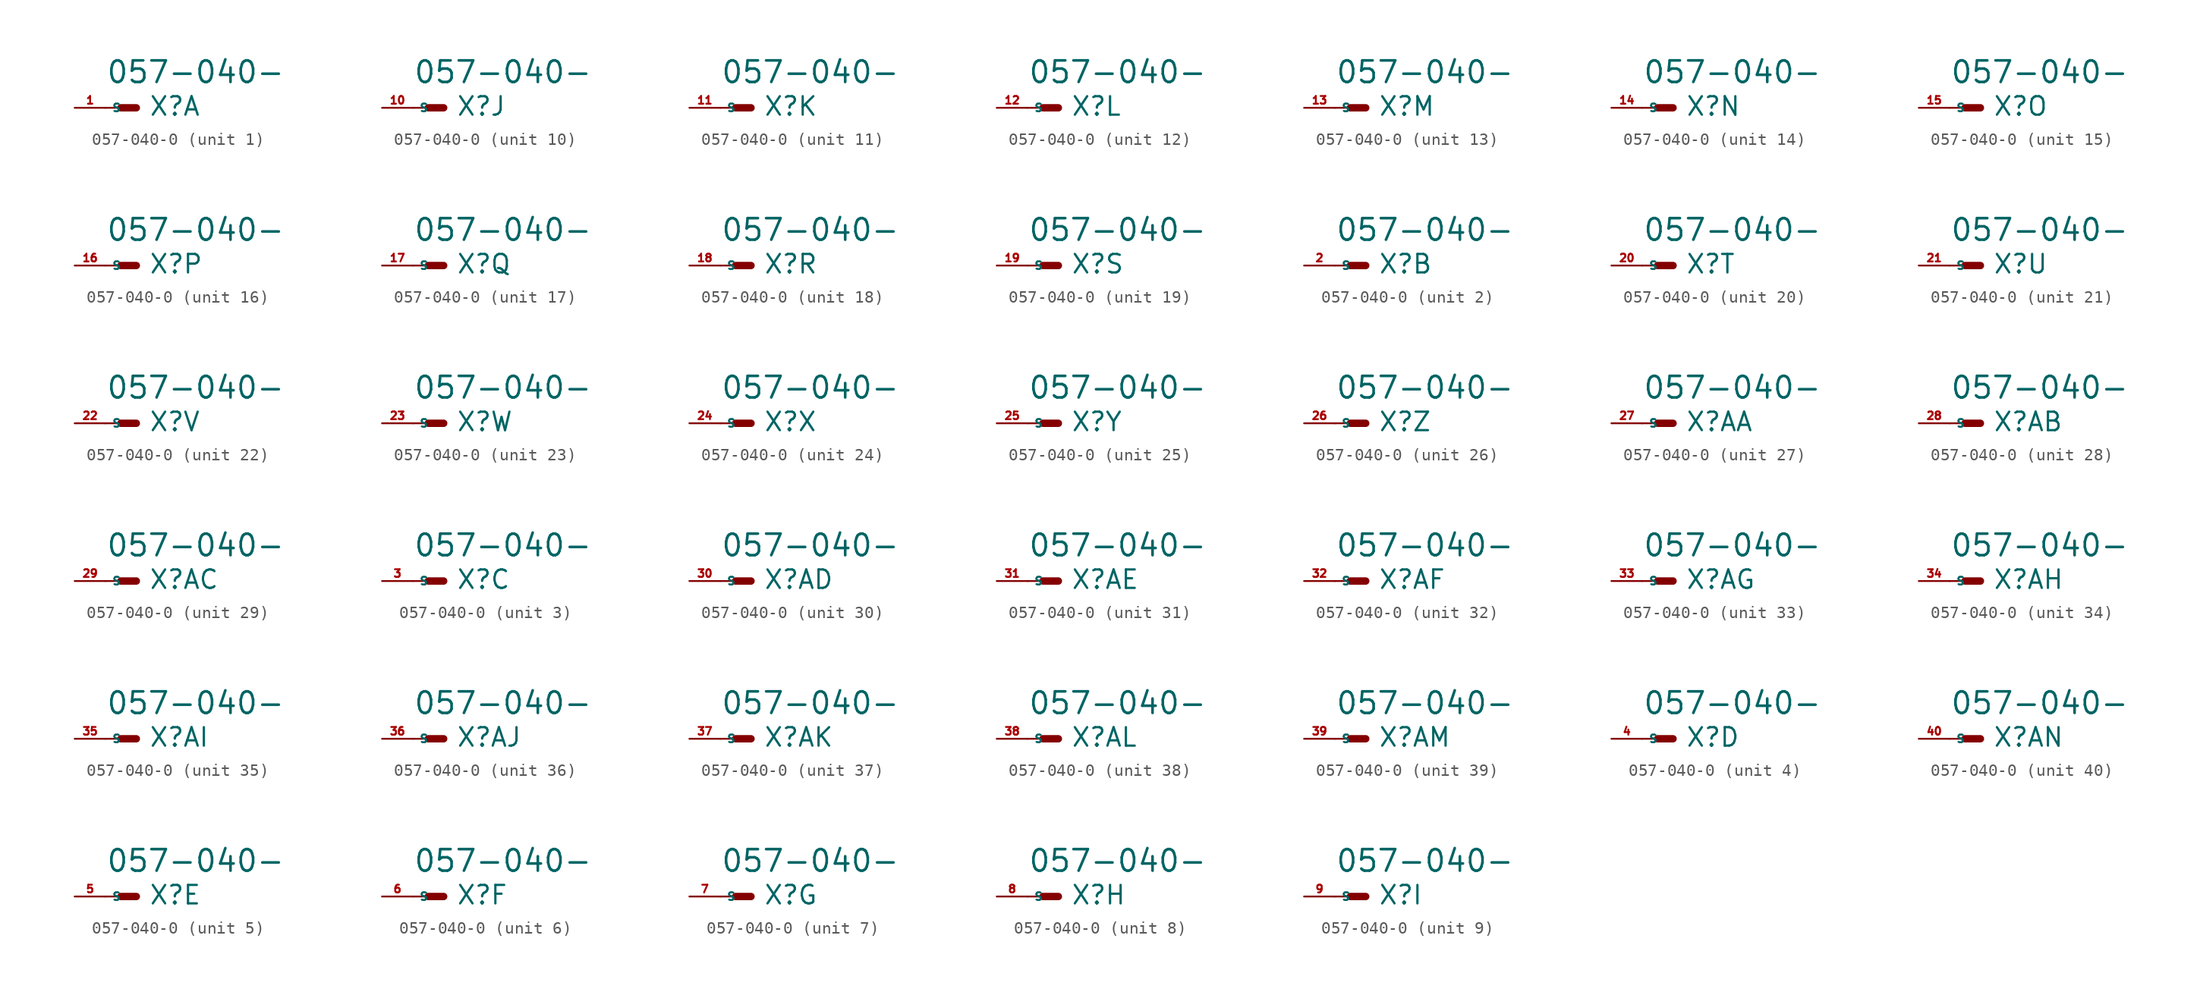
<source format=kicad_sym>
(kicad_symbol_lib
  (version 20220914)
  (generator Eagle2Kicad)
  (symbol "057-040-0"
    (property "Reference" "X"
      (at 1.016 -0.762 0)
      (effects (font (size 1.524 1.524) (thickness 0.19)) (justify left bottom)))
    (property "Value" "057-040-"
      (at -2.54 1.905 0)
      (effects (font (size 1.778 1.778) (thickness 0.22)) (justify left bottom)))
    (symbol "057-040-0_1_0"
      (polyline (pts (xy 0 0) (xy -1.27 0)) (stroke (width 0.61) (type default)) (fill (type none)))
      (polyline (pts (xy -2.54 0) (xy -1.27 0)) (stroke (width 0.152) (type default)) (fill (type none)))
      (pin passive line (at -5.08 0 0) (length 2.54) (name "S" (effects (font (size 0.635 0.635) (thickness 0.08)) (justify left bottom))) (number "1" (effects (font (size 0.635 0.635) (thickness 0.08)) (justify left bottom)))))
    (symbol "057-040-0_2_0"
      (polyline (pts (xy 0 0) (xy -1.27 0)) (stroke (width 0.61) (type default)) (fill (type none)))
      (polyline (pts (xy -2.54 0) (xy -1.27 0)) (stroke (width 0.152) (type default)) (fill (type none)))
      (pin passive line (at -5.08 0 0) (length 2.54) (name "S" (effects (font (size 0.635 0.635) (thickness 0.08)) (justify left bottom))) (number "2" (effects (font (size 0.635 0.635) (thickness 0.08)) (justify left bottom)))))
    (symbol "057-040-0_3_0"
      (polyline (pts (xy 0 0) (xy -1.27 0)) (stroke (width 0.61) (type default)) (fill (type none)))
      (polyline (pts (xy -2.54 0) (xy -1.27 0)) (stroke (width 0.152) (type default)) (fill (type none)))
      (pin passive line (at -5.08 0 0) (length 2.54) (name "S" (effects (font (size 0.635 0.635) (thickness 0.08)) (justify left bottom))) (number "3" (effects (font (size 0.635 0.635) (thickness 0.08)) (justify left bottom)))))
    (symbol "057-040-0_4_0"
      (polyline (pts (xy 0 0) (xy -1.27 0)) (stroke (width 0.61) (type default)) (fill (type none)))
      (polyline (pts (xy -2.54 0) (xy -1.27 0)) (stroke (width 0.152) (type default)) (fill (type none)))
      (pin passive line (at -5.08 0 0) (length 2.54) (name "S" (effects (font (size 0.635 0.635) (thickness 0.08)) (justify left bottom))) (number "4" (effects (font (size 0.635 0.635) (thickness 0.08)) (justify left bottom)))))
    (symbol "057-040-0_5_0"
      (polyline (pts (xy 0 0) (xy -1.27 0)) (stroke (width 0.61) (type default)) (fill (type none)))
      (polyline (pts (xy -2.54 0) (xy -1.27 0)) (stroke (width 0.152) (type default)) (fill (type none)))
      (pin passive line (at -5.08 0 0) (length 2.54) (name "S" (effects (font (size 0.635 0.635) (thickness 0.08)) (justify left bottom))) (number "5" (effects (font (size 0.635 0.635) (thickness 0.08)) (justify left bottom)))))
    (symbol "057-040-0_6_0"
      (polyline (pts (xy 0 0) (xy -1.27 0)) (stroke (width 0.61) (type default)) (fill (type none)))
      (polyline (pts (xy -2.54 0) (xy -1.27 0)) (stroke (width 0.152) (type default)) (fill (type none)))
      (pin passive line (at -5.08 0 0) (length 2.54) (name "S" (effects (font (size 0.635 0.635) (thickness 0.08)) (justify left bottom))) (number "6" (effects (font (size 0.635 0.635) (thickness 0.08)) (justify left bottom)))))
    (symbol "057-040-0_7_0"
      (polyline (pts (xy 0 0) (xy -1.27 0)) (stroke (width 0.61) (type default)) (fill (type none)))
      (polyline (pts (xy -2.54 0) (xy -1.27 0)) (stroke (width 0.152) (type default)) (fill (type none)))
      (pin passive line (at -5.08 0 0) (length 2.54) (name "S" (effects (font (size 0.635 0.635) (thickness 0.08)) (justify left bottom))) (number "7" (effects (font (size 0.635 0.635) (thickness 0.08)) (justify left bottom)))))
    (symbol "057-040-0_8_0"
      (polyline (pts (xy 0 0) (xy -1.27 0)) (stroke (width 0.61) (type default)) (fill (type none)))
      (polyline (pts (xy -2.54 0) (xy -1.27 0)) (stroke (width 0.152) (type default)) (fill (type none)))
      (pin passive line (at -5.08 0 0) (length 2.54) (name "S" (effects (font (size 0.635 0.635) (thickness 0.08)) (justify left bottom))) (number "8" (effects (font (size 0.635 0.635) (thickness 0.08)) (justify left bottom)))))
    (symbol "057-040-0_9_0"
      (polyline (pts (xy 0 0) (xy -1.27 0)) (stroke (width 0.61) (type default)) (fill (type none)))
      (polyline (pts (xy -2.54 0) (xy -1.27 0)) (stroke (width 0.152) (type default)) (fill (type none)))
      (pin passive line (at -5.08 0 0) (length 2.54) (name "S" (effects (font (size 0.635 0.635) (thickness 0.08)) (justify left bottom))) (number "9" (effects (font (size 0.635 0.635) (thickness 0.08)) (justify left bottom)))))
    (symbol "057-040-0_10_0"
      (polyline (pts (xy 0 0) (xy -1.27 0)) (stroke (width 0.61) (type default)) (fill (type none)))
      (polyline (pts (xy -2.54 0) (xy -1.27 0)) (stroke (width 0.152) (type default)) (fill (type none)))
      (pin passive line (at -5.08 0 0) (length 2.54) (name "S" (effects (font (size 0.635 0.635) (thickness 0.08)) (justify left bottom))) (number "10" (effects (font (size 0.635 0.635) (thickness 0.08)) (justify left bottom)))))
    (symbol "057-040-0_11_0"
      (polyline (pts (xy 0 0) (xy -1.27 0)) (stroke (width 0.61) (type default)) (fill (type none)))
      (polyline (pts (xy -2.54 0) (xy -1.27 0)) (stroke (width 0.152) (type default)) (fill (type none)))
      (pin passive line (at -5.08 0 0) (length 2.54) (name "S" (effects (font (size 0.635 0.635) (thickness 0.08)) (justify left bottom))) (number "11" (effects (font (size 0.635 0.635) (thickness 0.08)) (justify left bottom)))))
    (symbol "057-040-0_12_0"
      (polyline (pts (xy 0 0) (xy -1.27 0)) (stroke (width 0.61) (type default)) (fill (type none)))
      (polyline (pts (xy -2.54 0) (xy -1.27 0)) (stroke (width 0.152) (type default)) (fill (type none)))
      (pin passive line (at -5.08 0 0) (length 2.54) (name "S" (effects (font (size 0.635 0.635) (thickness 0.08)) (justify left bottom))) (number "12" (effects (font (size 0.635 0.635) (thickness 0.08)) (justify left bottom)))))
    (symbol "057-040-0_13_0"
      (polyline (pts (xy 0 0) (xy -1.27 0)) (stroke (width 0.61) (type default)) (fill (type none)))
      (polyline (pts (xy -2.54 0) (xy -1.27 0)) (stroke (width 0.152) (type default)) (fill (type none)))
      (pin passive line (at -5.08 0 0) (length 2.54) (name "S" (effects (font (size 0.635 0.635) (thickness 0.08)) (justify left bottom))) (number "13" (effects (font (size 0.635 0.635) (thickness 0.08)) (justify left bottom)))))
    (symbol "057-040-0_14_0"
      (polyline (pts (xy 0 0) (xy -1.27 0)) (stroke (width 0.61) (type default)) (fill (type none)))
      (polyline (pts (xy -2.54 0) (xy -1.27 0)) (stroke (width 0.152) (type default)) (fill (type none)))
      (pin passive line (at -5.08 0 0) (length 2.54) (name "S" (effects (font (size 0.635 0.635) (thickness 0.08)) (justify left bottom))) (number "14" (effects (font (size 0.635 0.635) (thickness 0.08)) (justify left bottom)))))
    (symbol "057-040-0_15_0"
      (polyline (pts (xy 0 0) (xy -1.27 0)) (stroke (width 0.61) (type default)) (fill (type none)))
      (polyline (pts (xy -2.54 0) (xy -1.27 0)) (stroke (width 0.152) (type default)) (fill (type none)))
      (pin passive line (at -5.08 0 0) (length 2.54) (name "S" (effects (font (size 0.635 0.635) (thickness 0.08)) (justify left bottom))) (number "15" (effects (font (size 0.635 0.635) (thickness 0.08)) (justify left bottom)))))
    (symbol "057-040-0_16_0"
      (polyline (pts (xy 0 0) (xy -1.27 0)) (stroke (width 0.61) (type default)) (fill (type none)))
      (polyline (pts (xy -2.54 0) (xy -1.27 0)) (stroke (width 0.152) (type default)) (fill (type none)))
      (pin passive line (at -5.08 0 0) (length 2.54) (name "S" (effects (font (size 0.635 0.635) (thickness 0.08)) (justify left bottom))) (number "16" (effects (font (size 0.635 0.635) (thickness 0.08)) (justify left bottom)))))
    (symbol "057-040-0_17_0"
      (polyline (pts (xy 0 0) (xy -1.27 0)) (stroke (width 0.61) (type default)) (fill (type none)))
      (polyline (pts (xy -2.54 0) (xy -1.27 0)) (stroke (width 0.152) (type default)) (fill (type none)))
      (pin passive line (at -5.08 0 0) (length 2.54) (name "S" (effects (font (size 0.635 0.635) (thickness 0.08)) (justify left bottom))) (number "17" (effects (font (size 0.635 0.635) (thickness 0.08)) (justify left bottom)))))
    (symbol "057-040-0_18_0"
      (polyline (pts (xy 0 0) (xy -1.27 0)) (stroke (width 0.61) (type default)) (fill (type none)))
      (polyline (pts (xy -2.54 0) (xy -1.27 0)) (stroke (width 0.152) (type default)) (fill (type none)))
      (pin passive line (at -5.08 0 0) (length 2.54) (name "S" (effects (font (size 0.635 0.635) (thickness 0.08)) (justify left bottom))) (number "18" (effects (font (size 0.635 0.635) (thickness 0.08)) (justify left bottom)))))
    (symbol "057-040-0_19_0"
      (polyline (pts (xy 0 0) (xy -1.27 0)) (stroke (width 0.61) (type default)) (fill (type none)))
      (polyline (pts (xy -2.54 0) (xy -1.27 0)) (stroke (width 0.152) (type default)) (fill (type none)))
      (pin passive line (at -5.08 0 0) (length 2.54) (name "S" (effects (font (size 0.635 0.635) (thickness 0.08)) (justify left bottom))) (number "19" (effects (font (size 0.635 0.635) (thickness 0.08)) (justify left bottom)))))
    (symbol "057-040-0_20_0"
      (polyline (pts (xy 0 0) (xy -1.27 0)) (stroke (width 0.61) (type default)) (fill (type none)))
      (polyline (pts (xy -2.54 0) (xy -1.27 0)) (stroke (width 0.152) (type default)) (fill (type none)))
      (pin passive line (at -5.08 0 0) (length 2.54) (name "S" (effects (font (size 0.635 0.635) (thickness 0.08)) (justify left bottom))) (number "20" (effects (font (size 0.635 0.635) (thickness 0.08)) (justify left bottom)))))
    (symbol "057-040-0_21_0"
      (polyline (pts (xy 0 0) (xy -1.27 0)) (stroke (width 0.61) (type default)) (fill (type none)))
      (polyline (pts (xy -2.54 0) (xy -1.27 0)) (stroke (width 0.152) (type default)) (fill (type none)))
      (pin passive line (at -5.08 0 0) (length 2.54) (name "S" (effects (font (size 0.635 0.635) (thickness 0.08)) (justify left bottom))) (number "21" (effects (font (size 0.635 0.635) (thickness 0.08)) (justify left bottom)))))
    (symbol "057-040-0_22_0"
      (polyline (pts (xy 0 0) (xy -1.27 0)) (stroke (width 0.61) (type default)) (fill (type none)))
      (polyline (pts (xy -2.54 0) (xy -1.27 0)) (stroke (width 0.152) (type default)) (fill (type none)))
      (pin passive line (at -5.08 0 0) (length 2.54) (name "S" (effects (font (size 0.635 0.635) (thickness 0.08)) (justify left bottom))) (number "22" (effects (font (size 0.635 0.635) (thickness 0.08)) (justify left bottom)))))
    (symbol "057-040-0_23_0"
      (polyline (pts (xy 0 0) (xy -1.27 0)) (stroke (width 0.61) (type default)) (fill (type none)))
      (polyline (pts (xy -2.54 0) (xy -1.27 0)) (stroke (width 0.152) (type default)) (fill (type none)))
      (pin passive line (at -5.08 0 0) (length 2.54) (name "S" (effects (font (size 0.635 0.635) (thickness 0.08)) (justify left bottom))) (number "23" (effects (font (size 0.635 0.635) (thickness 0.08)) (justify left bottom)))))
    (symbol "057-040-0_24_0"
      (polyline (pts (xy 0 0) (xy -1.27 0)) (stroke (width 0.61) (type default)) (fill (type none)))
      (polyline (pts (xy -2.54 0) (xy -1.27 0)) (stroke (width 0.152) (type default)) (fill (type none)))
      (pin passive line (at -5.08 0 0) (length 2.54) (name "S" (effects (font (size 0.635 0.635) (thickness 0.08)) (justify left bottom))) (number "24" (effects (font (size 0.635 0.635) (thickness 0.08)) (justify left bottom)))))
    (symbol "057-040-0_25_0"
      (polyline (pts (xy 0 0) (xy -1.27 0)) (stroke (width 0.61) (type default)) (fill (type none)))
      (polyline (pts (xy -2.54 0) (xy -1.27 0)) (stroke (width 0.152) (type default)) (fill (type none)))
      (pin passive line (at -5.08 0 0) (length 2.54) (name "S" (effects (font (size 0.635 0.635) (thickness 0.08)) (justify left bottom))) (number "25" (effects (font (size 0.635 0.635) (thickness 0.08)) (justify left bottom)))))
    (symbol "057-040-0_26_0"
      (polyline (pts (xy 0 0) (xy -1.27 0)) (stroke (width 0.61) (type default)) (fill (type none)))
      (polyline (pts (xy -2.54 0) (xy -1.27 0)) (stroke (width 0.152) (type default)) (fill (type none)))
      (pin passive line (at -5.08 0 0) (length 2.54) (name "S" (effects (font (size 0.635 0.635) (thickness 0.08)) (justify left bottom))) (number "26" (effects (font (size 0.635 0.635) (thickness 0.08)) (justify left bottom)))))
    (symbol "057-040-0_27_0"
      (polyline (pts (xy 0 0) (xy -1.27 0)) (stroke (width 0.61) (type default)) (fill (type none)))
      (polyline (pts (xy -2.54 0) (xy -1.27 0)) (stroke (width 0.152) (type default)) (fill (type none)))
      (pin passive line (at -5.08 0 0) (length 2.54) (name "S" (effects (font (size 0.635 0.635) (thickness 0.08)) (justify left bottom))) (number "27" (effects (font (size 0.635 0.635) (thickness 0.08)) (justify left bottom)))))
    (symbol "057-040-0_28_0"
      (polyline (pts (xy 0 0) (xy -1.27 0)) (stroke (width 0.61) (type default)) (fill (type none)))
      (polyline (pts (xy -2.54 0) (xy -1.27 0)) (stroke (width 0.152) (type default)) (fill (type none)))
      (pin passive line (at -5.08 0 0) (length 2.54) (name "S" (effects (font (size 0.635 0.635) (thickness 0.08)) (justify left bottom))) (number "28" (effects (font (size 0.635 0.635) (thickness 0.08)) (justify left bottom)))))
    (symbol "057-040-0_29_0"
      (polyline (pts (xy 0 0) (xy -1.27 0)) (stroke (width 0.61) (type default)) (fill (type none)))
      (polyline (pts (xy -2.54 0) (xy -1.27 0)) (stroke (width 0.152) (type default)) (fill (type none)))
      (pin passive line (at -5.08 0 0) (length 2.54) (name "S" (effects (font (size 0.635 0.635) (thickness 0.08)) (justify left bottom))) (number "29" (effects (font (size 0.635 0.635) (thickness 0.08)) (justify left bottom)))))
    (symbol "057-040-0_30_0"
      (polyline (pts (xy 0 0) (xy -1.27 0)) (stroke (width 0.61) (type default)) (fill (type none)))
      (polyline (pts (xy -2.54 0) (xy -1.27 0)) (stroke (width 0.152) (type default)) (fill (type none)))
      (pin passive line (at -5.08 0 0) (length 2.54) (name "S" (effects (font (size 0.635 0.635) (thickness 0.08)) (justify left bottom))) (number "30" (effects (font (size 0.635 0.635) (thickness 0.08)) (justify left bottom)))))
    (symbol "057-040-0_31_0"
      (polyline (pts (xy 0 0) (xy -1.27 0)) (stroke (width 0.61) (type default)) (fill (type none)))
      (polyline (pts (xy -2.54 0) (xy -1.27 0)) (stroke (width 0.152) (type default)) (fill (type none)))
      (pin passive line (at -5.08 0 0) (length 2.54) (name "S" (effects (font (size 0.635 0.635) (thickness 0.08)) (justify left bottom))) (number "31" (effects (font (size 0.635 0.635) (thickness 0.08)) (justify left bottom)))))
    (symbol "057-040-0_32_0"
      (polyline (pts (xy 0 0) (xy -1.27 0)) (stroke (width 0.61) (type default)) (fill (type none)))
      (polyline (pts (xy -2.54 0) (xy -1.27 0)) (stroke (width 0.152) (type default)) (fill (type none)))
      (pin passive line (at -5.08 0 0) (length 2.54) (name "S" (effects (font (size 0.635 0.635) (thickness 0.08)) (justify left bottom))) (number "32" (effects (font (size 0.635 0.635) (thickness 0.08)) (justify left bottom)))))
    (symbol "057-040-0_33_0"
      (polyline (pts (xy 0 0) (xy -1.27 0)) (stroke (width 0.61) (type default)) (fill (type none)))
      (polyline (pts (xy -2.54 0) (xy -1.27 0)) (stroke (width 0.152) (type default)) (fill (type none)))
      (pin passive line (at -5.08 0 0) (length 2.54) (name "S" (effects (font (size 0.635 0.635) (thickness 0.08)) (justify left bottom))) (number "33" (effects (font (size 0.635 0.635) (thickness 0.08)) (justify left bottom)))))
    (symbol "057-040-0_34_0"
      (polyline (pts (xy 0 0) (xy -1.27 0)) (stroke (width 0.61) (type default)) (fill (type none)))
      (polyline (pts (xy -2.54 0) (xy -1.27 0)) (stroke (width 0.152) (type default)) (fill (type none)))
      (pin passive line (at -5.08 0 0) (length 2.54) (name "S" (effects (font (size 0.635 0.635) (thickness 0.08)) (justify left bottom))) (number "34" (effects (font (size 0.635 0.635) (thickness 0.08)) (justify left bottom)))))
    (symbol "057-040-0_35_0"
      (polyline (pts (xy 0 0) (xy -1.27 0)) (stroke (width 0.61) (type default)) (fill (type none)))
      (polyline (pts (xy -2.54 0) (xy -1.27 0)) (stroke (width 0.152) (type default)) (fill (type none)))
      (pin passive line (at -5.08 0 0) (length 2.54) (name "S" (effects (font (size 0.635 0.635) (thickness 0.08)) (justify left bottom))) (number "35" (effects (font (size 0.635 0.635) (thickness 0.08)) (justify left bottom)))))
    (symbol "057-040-0_36_0"
      (polyline (pts (xy 0 0) (xy -1.27 0)) (stroke (width 0.61) (type default)) (fill (type none)))
      (polyline (pts (xy -2.54 0) (xy -1.27 0)) (stroke (width 0.152) (type default)) (fill (type none)))
      (pin passive line (at -5.08 0 0) (length 2.54) (name "S" (effects (font (size 0.635 0.635) (thickness 0.08)) (justify left bottom))) (number "36" (effects (font (size 0.635 0.635) (thickness 0.08)) (justify left bottom)))))
    (symbol "057-040-0_37_0"
      (polyline (pts (xy 0 0) (xy -1.27 0)) (stroke (width 0.61) (type default)) (fill (type none)))
      (polyline (pts (xy -2.54 0) (xy -1.27 0)) (stroke (width 0.152) (type default)) (fill (type none)))
      (pin passive line (at -5.08 0 0) (length 2.54) (name "S" (effects (font (size 0.635 0.635) (thickness 0.08)) (justify left bottom))) (number "37" (effects (font (size 0.635 0.635) (thickness 0.08)) (justify left bottom)))))
    (symbol "057-040-0_38_0"
      (polyline (pts (xy 0 0) (xy -1.27 0)) (stroke (width 0.61) (type default)) (fill (type none)))
      (polyline (pts (xy -2.54 0) (xy -1.27 0)) (stroke (width 0.152) (type default)) (fill (type none)))
      (pin passive line (at -5.08 0 0) (length 2.54) (name "S" (effects (font (size 0.635 0.635) (thickness 0.08)) (justify left bottom))) (number "38" (effects (font (size 0.635 0.635) (thickness 0.08)) (justify left bottom)))))
    (symbol "057-040-0_39_0"
      (polyline (pts (xy 0 0) (xy -1.27 0)) (stroke (width 0.61) (type default)) (fill (type none)))
      (polyline (pts (xy -2.54 0) (xy -1.27 0)) (stroke (width 0.152) (type default)) (fill (type none)))
      (pin passive line (at -5.08 0 0) (length 2.54) (name "S" (effects (font (size 0.635 0.635) (thickness 0.08)) (justify left bottom))) (number "39" (effects (font (size 0.635 0.635) (thickness 0.08)) (justify left bottom)))))
    (symbol "057-040-0_40_0"
      (polyline (pts (xy 0 0) (xy -1.27 0)) (stroke (width 0.61) (type default)) (fill (type none)))
      (polyline (pts (xy -2.54 0) (xy -1.27 0)) (stroke (width 0.152) (type default)) (fill (type none)))
      (pin passive line (at -5.08 0 0) (length 2.54) (name "S" (effects (font (size 0.635 0.635) (thickness 0.08)) (justify left bottom))) (number "40" (effects (font (size 0.635 0.635) (thickness 0.08)) (justify left bottom)))))))
</source>
